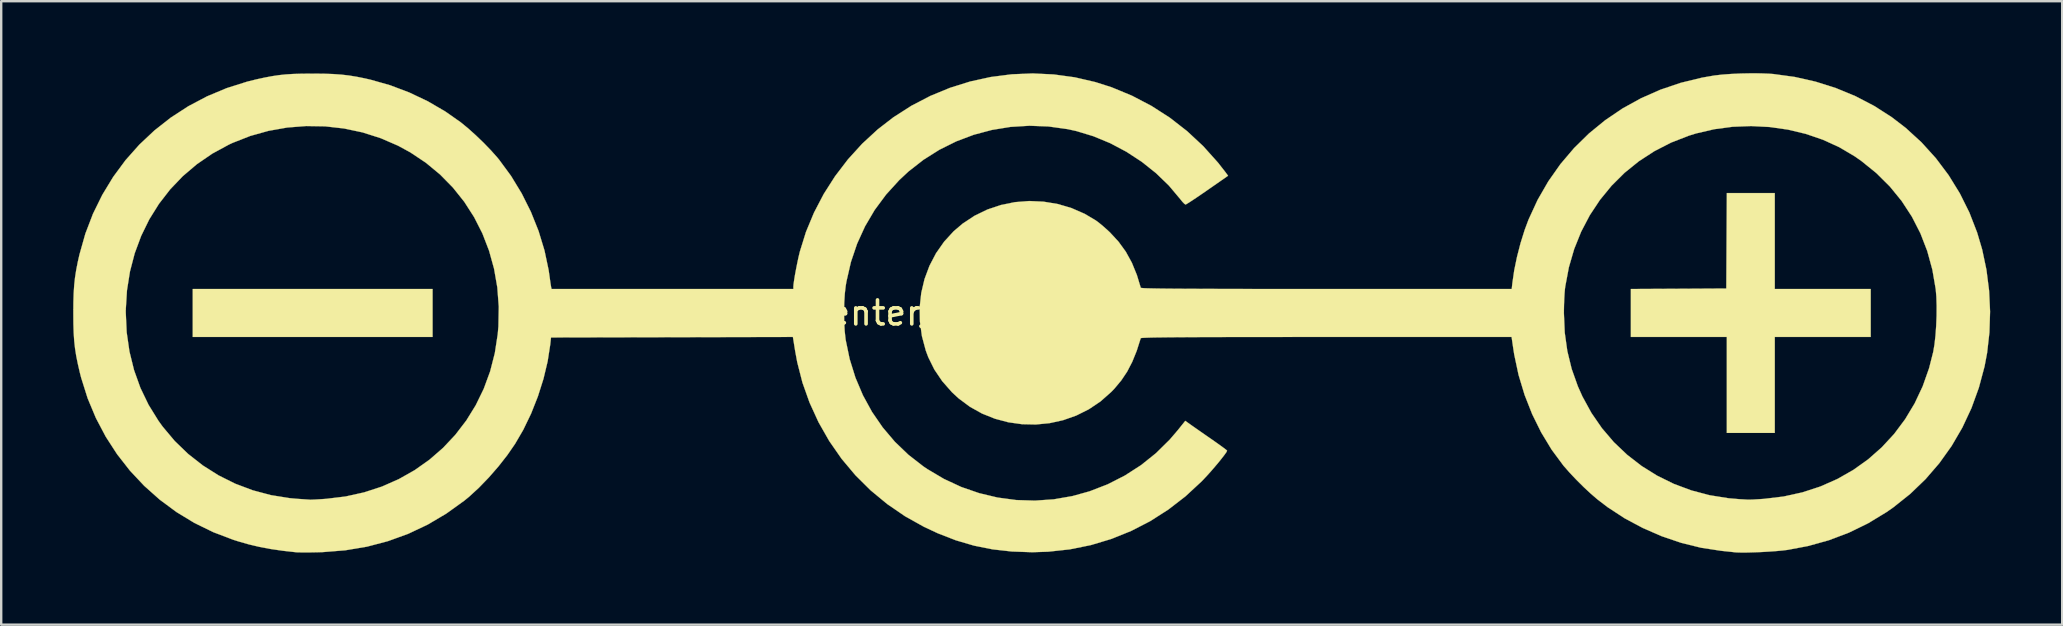
<source format=kicad_pcb>
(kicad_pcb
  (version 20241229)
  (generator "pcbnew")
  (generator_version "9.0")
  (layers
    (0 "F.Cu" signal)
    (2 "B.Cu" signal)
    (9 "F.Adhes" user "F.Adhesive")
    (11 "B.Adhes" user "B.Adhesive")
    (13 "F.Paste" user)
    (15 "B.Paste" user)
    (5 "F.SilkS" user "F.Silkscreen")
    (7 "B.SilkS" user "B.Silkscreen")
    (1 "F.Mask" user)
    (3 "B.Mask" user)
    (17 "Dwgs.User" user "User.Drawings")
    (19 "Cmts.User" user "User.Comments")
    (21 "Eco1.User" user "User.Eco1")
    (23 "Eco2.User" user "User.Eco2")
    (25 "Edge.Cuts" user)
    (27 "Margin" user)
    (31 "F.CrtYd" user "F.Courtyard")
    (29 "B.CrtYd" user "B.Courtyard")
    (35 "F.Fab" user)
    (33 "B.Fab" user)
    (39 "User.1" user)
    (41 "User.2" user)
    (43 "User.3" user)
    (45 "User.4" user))
  (footprint "Polarity_Center_Positive_20mm_SilkScreen"
    (layer "F.Cu")
    (at 39.915 9.99)
    (property "Reference" "Polarity_Center_Positive_20mm_SilkScreen" (at 0 0 0) (layer "F.SilkS") (effects (font (size 1 1) (thickness 0.15))))
    (attr exclude_from_pos_files exclude_from_bom)
    (fp_poly (pts (xy -24.942 0.999) (xy -34.935 0.999) (xy -34.935 -0.999) (xy -24.942 -0.999) (xy -24.942 0.999)) (stroke (width 0.01) (type solid)) (fill yes) (layer "F.SilkS"))
    (fp_poly (pts (xy 30.98 -0.999) (xy 34.977 -0.999) (xy 34.977 0.999) (xy 30.98 0.999) (xy 30.98 4.997) (xy 28.981 4.997) (xy 28.981 0.999) (xy 24.984 0.999) (xy 24.984 -0.999) (xy 26.972 -1.009) (xy 28.96 -1.02) (xy 28.971 -3.008) (xy 28.982 -4.997) (xy 30.98 -4.997) (xy 30.98 -0.999)) (stroke (width 0.01) (type solid)) (fill yes) (layer "F.SilkS"))
    (fp_poly (pts (xy 30.382 -9.983) (xy 30.744 -9.969) (xy 30.92 -9.956) (xy 31.808 -9.835) (xy 32.68 -9.638) (xy 33.527 -9.37) (xy 34.344 -9.032) (xy 35.121 -8.627) (xy 35.852 -8.159) (xy 36.434 -7.712) (xy 37.094 -7.108) (xy 37.691 -6.449) (xy 38.224 -5.74) (xy 38.69 -4.984) (xy 39.087 -4.187) (xy 39.411 -3.352) (xy 39.621 -2.644) (xy 39.799 -1.8) (xy 39.909 -0.933) (xy 39.95 -0.058) (xy 39.923 0.811) (xy 39.827 1.66) (xy 39.721 2.223) (xy 39.483 3.113) (xy 39.174 3.964) (xy 38.795 4.774) (xy 38.349 5.539) (xy 37.837 6.256) (xy 37.262 6.923) (xy 36.626 7.535) (xy 35.931 8.09) (xy 35.638 8.295) (xy 34.87 8.761) (xy 34.069 9.152) (xy 33.232 9.469) (xy 32.358 9.711) (xy 31.509 9.871) (xy 31.296 9.897) (xy 31.032 9.921) (xy 30.736 9.942) (xy 30.425 9.96) (xy 30.117 9.972) (xy 29.83 9.98) (xy 29.581 9.981) (xy 29.387 9.976) (xy 29.314 9.97) (xy 29.211 9.958) (xy 29.05 9.941) (xy 28.858 9.921) (xy 28.731 9.907) (xy 27.908 9.781) (xy 27.084 9.578) (xy 26.271 9.302) (xy 25.481 8.959) (xy 24.724 8.554) (xy 24.015 8.091) (xy 23.589 7.765) (xy 23.317 7.531) (xy 23.019 7.254) (xy 22.718 6.955) (xy 22.437 6.658) (xy 22.196 6.384) (xy 22.168 6.35) (xy 21.682 5.693) (xy 21.249 4.978) (xy 20.872 4.215) (xy 20.556 3.413) (xy 20.305 2.582) (xy 20.124 1.732) (xy 20.089 1.509) (xy 20.014 0.999) (xy 12.296 0.999) (xy 11.32 0.999) (xy 10.425 1) (xy 9.608 1) (xy 8.864 1.001) (xy 8.192 1.002) (xy 7.588 1.004) (xy 7.049 1.005) (xy 6.572 1.007) (xy 6.155 1.01) (xy 5.793 1.012) (xy 5.485 1.016) (xy 5.227 1.019) (xy 5.016 1.023) (xy 4.849 1.028) (xy 4.724 1.033) (xy 4.636 1.038) (xy 4.584 1.044) (xy 4.563 1.051) (xy 4.563 1.051) (xy 4.395 1.578) (xy 4.209 2.036) (xy 3.998 2.442) (xy 3.752 2.81) (xy 3.464 3.155) (xy 3.333 3.291) (xy 2.885 3.687) (xy 2.397 4.014) (xy 1.876 4.274) (xy 1.33 4.466) (xy 0.767 4.59) (xy 0.193 4.646) (xy -0.382 4.634) (xy -0.953 4.554) (xy -1.51 4.406) (xy -2.047 4.191) (xy -2.556 3.907) (xy -3.029 3.555) (xy -3.303 3.301) (xy -3.707 2.842) (xy -4.034 2.359) (xy -4.289 1.843) (xy -4.393 1.565) (xy -4.554 0.964) (xy -4.637 0.358) (xy -4.642 0.014) (xy 22.194 0.014) (xy 22.229 0.82) (xy 22.337 1.589) (xy 22.518 2.331) (xy 22.775 3.054) (xy 22.964 3.477) (xy 23.34 4.164) (xy 23.779 4.801) (xy 24.277 5.384) (xy 24.831 5.91) (xy 25.435 6.377) (xy 26.085 6.782) (xy 26.776 7.121) (xy 27.505 7.393) (xy 28.267 7.594) (xy 29.058 7.72) (xy 29.522 7.759) (xy 29.672 7.767) (xy 29.804 7.775) (xy 29.855 7.778) (xy 29.935 7.778) (xy 30.078 7.773) (xy 30.266 7.762) (xy 30.481 7.748) (xy 30.529 7.745) (xy 31.346 7.647) (xy 32.131 7.474) (xy 32.879 7.23) (xy 33.587 6.917) (xy 34.252 6.539) (xy 34.87 6.098) (xy 35.438 5.597) (xy 35.953 5.04) (xy 36.41 4.428) (xy 36.808 3.766) (xy 37.142 3.056) (xy 37.409 2.301) (xy 37.581 1.624) (xy 37.634 1.311) (xy 37.676 0.939) (xy 37.705 0.531) (xy 37.722 0.11) (xy 37.724 -0.301) (xy 37.712 -0.679) (xy 37.686 -0.988) (xy 37.546 -1.803) (xy 37.333 -2.581) (xy 37.048 -3.318) (xy 36.692 -4.014) (xy 36.267 -4.665) (xy 35.773 -5.271) (xy 35.213 -5.827) (xy 34.587 -6.333) (xy 34.311 -6.526) (xy 33.674 -6.903) (xy 32.993 -7.215) (xy 32.276 -7.461) (xy 31.531 -7.639) (xy 30.768 -7.748) (xy 29.995 -7.788) (xy 29.221 -7.758) (xy 28.454 -7.656) (xy 27.702 -7.481) (xy 27.399 -7.387) (xy 26.659 -7.099) (xy 25.964 -6.742) (xy 25.317 -6.322) (xy 24.722 -5.841) (xy 24.181 -5.303) (xy 23.697 -4.713) (xy 23.274 -4.075) (xy 22.915 -3.391) (xy 22.623 -2.667) (xy 22.401 -1.905) (xy 22.252 -1.111) (xy 22.237 -1) (xy 22.222 -0.829) (xy 22.209 -0.601) (xy 22.199 -0.341) (xy 22.194 -0.075) (xy 22.194 0.014) (xy -4.642 0.014) (xy -4.646 -0.245) (xy -4.581 -0.838) (xy -4.445 -1.414) (xy -4.239 -1.966) (xy -3.967 -2.487) (xy -3.63 -2.969) (xy -3.231 -3.405) (xy -2.86 -3.721) (xy -2.36 -4.051) (xy -1.824 -4.311) (xy -1.26 -4.5) (xy -0.678 -4.618) (xy -0.084 -4.664) (xy 0.511 -4.638) (xy 1.101 -4.541) (xy 1.676 -4.372) (xy 2.228 -4.131) (xy 2.686 -3.86) (xy 2.823 -3.758) (xy 2.993 -3.617) (xy 3.171 -3.46) (xy 3.279 -3.359) (xy 3.639 -2.969) (xy 3.942 -2.552) (xy 4.194 -2.093) (xy 4.403 -1.581) (xy 4.564 -1.051) (xy 4.581 -1.045) (xy 4.629 -1.039) (xy 4.712 -1.033) (xy 4.833 -1.028) (xy 4.994 -1.024) (xy 5.2 -1.02) (xy 5.452 -1.016) (xy 5.754 -1.013) (xy 6.108 -1.01) (xy 6.519 -1.008) (xy 6.988 -1.006) (xy 7.519 -1.004) (xy 8.115 -1.002) (xy 8.779 -1.001) (xy 9.513 -1) (xy 10.322 -1) (xy 11.207 -0.999) (xy 12.172 -0.999) (xy 12.299 -0.999) (xy 20.02 -0.999) (xy 20.049 -1.26) (xy 20.125 -1.782) (xy 20.241 -2.342) (xy 20.388 -2.911) (xy 20.559 -3.458) (xy 20.72 -3.889) (xy 21.098 -4.71) (xy 21.543 -5.482) (xy 22.05 -6.203) (xy 22.617 -6.87) (xy 23.239 -7.48) (xy 23.913 -8.031) (xy 24.636 -8.521) (xy 25.405 -8.945) (xy 26.216 -9.303) (xy 27.065 -9.59) (xy 27.949 -9.805) (xy 28.455 -9.893) (xy 28.774 -9.93) (xy 29.151 -9.958) (xy 29.561 -9.977) (xy 29.98 -9.985) (xy 30.382 -9.983)) (stroke (width 0.01) (type solid)) (fill yes) (layer "F.SilkS"))
    (fp_poly (pts (xy 0.941 -9.938) (xy 1.813 -9.819) (xy 2.673 -9.62) (xy 3.352 -9.403) (xy 4.199 -9.052) (xy 5.008 -8.629) (xy 5.775 -8.136) (xy 6.494 -7.577) (xy 7.164 -6.953) (xy 7.778 -6.269) (xy 8.092 -5.868) (xy 8.202 -5.718) (xy 7.34 -5.118) (xy 7.102 -4.954) (xy 6.886 -4.807) (xy 6.701 -4.684) (xy 6.556 -4.59) (xy 6.462 -4.533) (xy 6.429 -4.518) (xy 6.381 -4.549) (xy 6.302 -4.63) (xy 6.211 -4.743) (xy 5.738 -5.306) (xy 5.2 -5.826) (xy 4.606 -6.299) (xy 3.968 -6.716) (xy 3.294 -7.073) (xy 2.595 -7.363) (xy 1.88 -7.58) (xy 1.516 -7.66) (xy 0.719 -7.771) (xy -0.076 -7.801) (xy -0.863 -7.753) (xy -1.637 -7.627) (xy -2.392 -7.426) (xy -3.122 -7.151) (xy -3.821 -6.804) (xy -4.485 -6.386) (xy -5.107 -5.901) (xy -5.497 -5.538) (xy -6.046 -4.935) (xy -6.522 -4.293) (xy -6.924 -3.61) (xy -7.254 -2.887) (xy -7.512 -2.124) (xy -7.697 -1.319) (xy -7.73 -1.124) (xy -7.767 -0.803) (xy -7.79 -0.428) (xy -7.798 -0.024) (xy -7.792 0.38) (xy -7.771 0.76) (xy -7.735 1.087) (xy -7.731 1.119) (xy -7.564 1.922) (xy -7.324 2.693) (xy -7.013 3.427) (xy -6.634 4.12) (xy -6.189 4.767) (xy -5.682 5.365) (xy -5.115 5.909) (xy -4.49 6.395) (xy -4.33 6.503) (xy -3.636 6.914) (xy -2.913 7.25) (xy -2.166 7.508) (xy -1.402 7.69) (xy -0.626 7.794) (xy 0.156 7.818) (xy 0.939 7.764) (xy 1.717 7.629) (xy 2.433 7.43) (xy 3.187 7.138) (xy 3.902 6.773) (xy 4.574 6.341) (xy 5.197 5.842) (xy 5.767 5.281) (xy 6.109 4.881) (xy 6.419 4.494) (xy 6.613 4.633) (xy 6.709 4.701) (xy 6.859 4.806) (xy 7.048 4.938) (xy 7.262 5.087) (xy 7.485 5.241) (xy 7.692 5.386) (xy 7.873 5.515) (xy 8.019 5.622) (xy 8.118 5.697) (xy 8.16 5.734) (xy 8.161 5.736) (xy 8.135 5.793) (xy 8.061 5.899) (xy 7.95 6.044) (xy 7.811 6.217) (xy 7.653 6.405) (xy 7.486 6.599) (xy 7.318 6.785) (xy 7.16 6.954) (xy 7.101 7.015) (xy 6.426 7.64) (xy 5.709 8.193) (xy 4.954 8.675) (xy 4.163 9.082) (xy 3.34 9.414) (xy 2.488 9.67) (xy 1.609 9.848) (xy 0.709 9.946) (xy 0.042 9.968) (xy -0.807 9.938) (xy -1.61 9.848) (xy -2.382 9.694) (xy -3.138 9.472) (xy -3.892 9.179) (xy -4.466 8.911) (xy -5.256 8.47) (xy -5.998 7.962) (xy -6.689 7.391) (xy -7.325 6.76) (xy -7.901 6.074) (xy -8.415 5.335) (xy -8.862 4.55) (xy -9.236 3.732) (xy -9.531 2.902) (xy -9.749 2.05) (xy -9.836 1.58) (xy -9.929 0.999) (xy -14.969 1.01) (xy -20.008 1.02) (xy -20.039 1.312) (xy -20.148 2.017) (xy -20.322 2.745) (xy -20.554 3.476) (xy -20.836 4.189) (xy -21.162 4.865) (xy -21.506 5.455) (xy -21.829 5.923) (xy -22.2 6.396) (xy -22.6 6.855) (xy -23.014 7.283) (xy -23.425 7.66) (xy -23.622 7.821) (xy -24.368 8.357) (xy -25.146 8.817) (xy -25.957 9.2) (xy -26.8 9.506) (xy -27.674 9.736) (xy -28.58 9.888) (xy -29.518 9.963) (xy -29.71 9.969) (xy -29.964 9.974) (xy -30.201 9.976) (xy -30.404 9.975) (xy -30.554 9.973) (xy -30.626 9.969) (xy -31.19 9.906) (xy -31.693 9.833) (xy -32.153 9.746) (xy -32.594 9.642) (xy -33.035 9.516) (xy -33.249 9.448) (xy -34.078 9.133) (xy -34.867 8.747) (xy -35.613 8.294) (xy -36.311 7.777) (xy -36.958 7.201) (xy -37.551 6.569) (xy -38.086 5.885) (xy -38.56 5.153) (xy -38.97 4.376) (xy -39.312 3.559) (xy -39.582 2.704) (xy -39.637 2.49) (xy -39.722 2.121) (xy -39.789 1.791) (xy -39.838 1.478) (xy -39.873 1.162) (xy -39.895 0.824) (xy -39.907 0.444) (xy -39.91 0) (xy -39.91 -0.021) (xy -37.725 -0.021) (xy -37.687 0.806) (xy -37.571 1.608) (xy -37.38 2.381) (xy -37.115 3.121) (xy -36.776 3.825) (xy -36.365 4.49) (xy -36.19 4.733) (xy -35.686 5.333) (xy -35.126 5.873) (xy -34.515 6.352) (xy -33.859 6.766) (xy -33.164 7.113) (xy -32.434 7.388) (xy -31.676 7.59) (xy -30.895 7.715) (xy -30.584 7.743) (xy -30.389 7.756) (xy -30.219 7.768) (xy -30.095 7.776) (xy -30.043 7.78) (xy -29.972 7.779) (xy -29.836 7.773) (xy -29.653 7.762) (xy -29.44 7.748) (xy -29.379 7.744) (xy -28.569 7.646) (xy -27.792 7.474) (xy -27.05 7.232) (xy -26.347 6.921) (xy -25.687 6.548) (xy -25.072 6.113) (xy -24.507 5.622) (xy -23.995 5.077) (xy -23.539 4.483) (xy -23.143 3.842) (xy -22.81 3.158) (xy -22.544 2.434) (xy -22.349 1.674) (xy -22.227 0.881) (xy -22.199 0.562) (xy -22.184 -0.263) (xy -22.245 -1.067) (xy -22.381 -1.846) (xy -22.589 -2.596) (xy -22.866 -3.313) (xy -23.211 -3.993) (xy -23.621 -4.632) (xy -24.095 -5.225) (xy -24.629 -5.769) (xy -25.221 -6.259) (xy -25.869 -6.691) (xy -26.379 -6.969) (xy -27.104 -7.283) (xy -27.857 -7.523) (xy -28.631 -7.687) (xy -29.417 -7.776) (xy -30.209 -7.789) (xy -30.998 -7.727) (xy -31.777 -7.589) (xy -32.539 -7.376) (xy -33.275 -7.087) (xy -33.427 -7.016) (xy -34.121 -6.639) (xy -34.762 -6.199) (xy -35.348 -5.701) (xy -35.875 -5.15) (xy -36.341 -4.549) (xy -36.745 -3.902) (xy -37.082 -3.214) (xy -37.352 -2.488) (xy -37.55 -1.73) (xy -37.675 -0.942) (xy -37.725 -0.13) (xy -37.725 -0.021) (xy -39.91 -0.021) (xy -39.907 -0.443) (xy -39.895 -0.824) (xy -39.873 -1.162) (xy -39.839 -1.477) (xy -39.79 -1.791) (xy -39.725 -2.123) (xy -39.654 -2.436) (xy -39.409 -3.303) (xy -39.091 -4.133) (xy -38.703 -4.922) (xy -38.25 -5.668) (xy -37.735 -6.366) (xy -37.16 -7.013) (xy -36.53 -7.605) (xy -35.848 -8.141) (xy -35.117 -8.615) (xy -34.341 -9.025) (xy -33.524 -9.367) (xy -32.667 -9.638) (xy -32.27 -9.736) (xy -31.928 -9.81) (xy -31.626 -9.867) (xy -31.342 -9.909) (xy -31.059 -9.939) (xy -30.756 -9.958) (xy -30.413 -9.968) (xy -30.011 -9.972) (xy -29.918 -9.972) (xy -29.472 -9.968) (xy -29.088 -9.955) (xy -28.746 -9.931) (xy -28.424 -9.894) (xy -28.103 -9.842) (xy -27.761 -9.773) (xy -27.526 -9.719) (xy -26.713 -9.489) (xy -25.912 -9.186) (xy -25.139 -8.819) (xy -24.407 -8.392) (xy -23.77 -7.945) (xy -23.467 -7.697) (xy -23.141 -7.404) (xy -22.813 -7.089) (xy -22.506 -6.771) (xy -22.24 -6.472) (xy -22.174 -6.392) (xy -21.673 -5.711) (xy -21.229 -4.981) (xy -20.845 -4.212) (xy -20.526 -3.415) (xy -20.279 -2.604) (xy -20.107 -1.789) (xy -20.071 -1.541) (xy -20.047 -1.366) (xy -20.025 -1.214) (xy -20.008 -1.111) (xy -20.005 -1.093) (xy -19.985 -0.999) (xy -9.91 -0.999) (xy -9.91 -1.098) (xy -9.901 -1.206) (xy -9.877 -1.376) (xy -9.842 -1.59) (xy -9.797 -1.83) (xy -9.748 -2.077) (xy -9.698 -2.313) (xy -9.649 -2.519) (xy -9.64 -2.556) (xy -9.384 -3.379) (xy -9.05 -4.181) (xy -8.645 -4.957) (xy -8.171 -5.699) (xy -7.636 -6.399) (xy -7.043 -7.051) (xy -6.397 -7.647) (xy -5.744 -8.152) (xy -4.991 -8.634) (xy -4.202 -9.044) (xy -3.384 -9.381) (xy -2.543 -9.644) (xy -1.684 -9.832) (xy -0.813 -9.944) (xy 0.064 -9.98) (xy 0.941 -9.938)) (stroke (width 0.01) (type solid)) (fill yes) (layer "F.SilkS")))
  (gr_rect
    (start -3 -3)
    (end 82.87 22.977)
    (stroke (width 0.1) (type default))
    (fill no)
    (layer "Edge.Cuts")))
</source>
